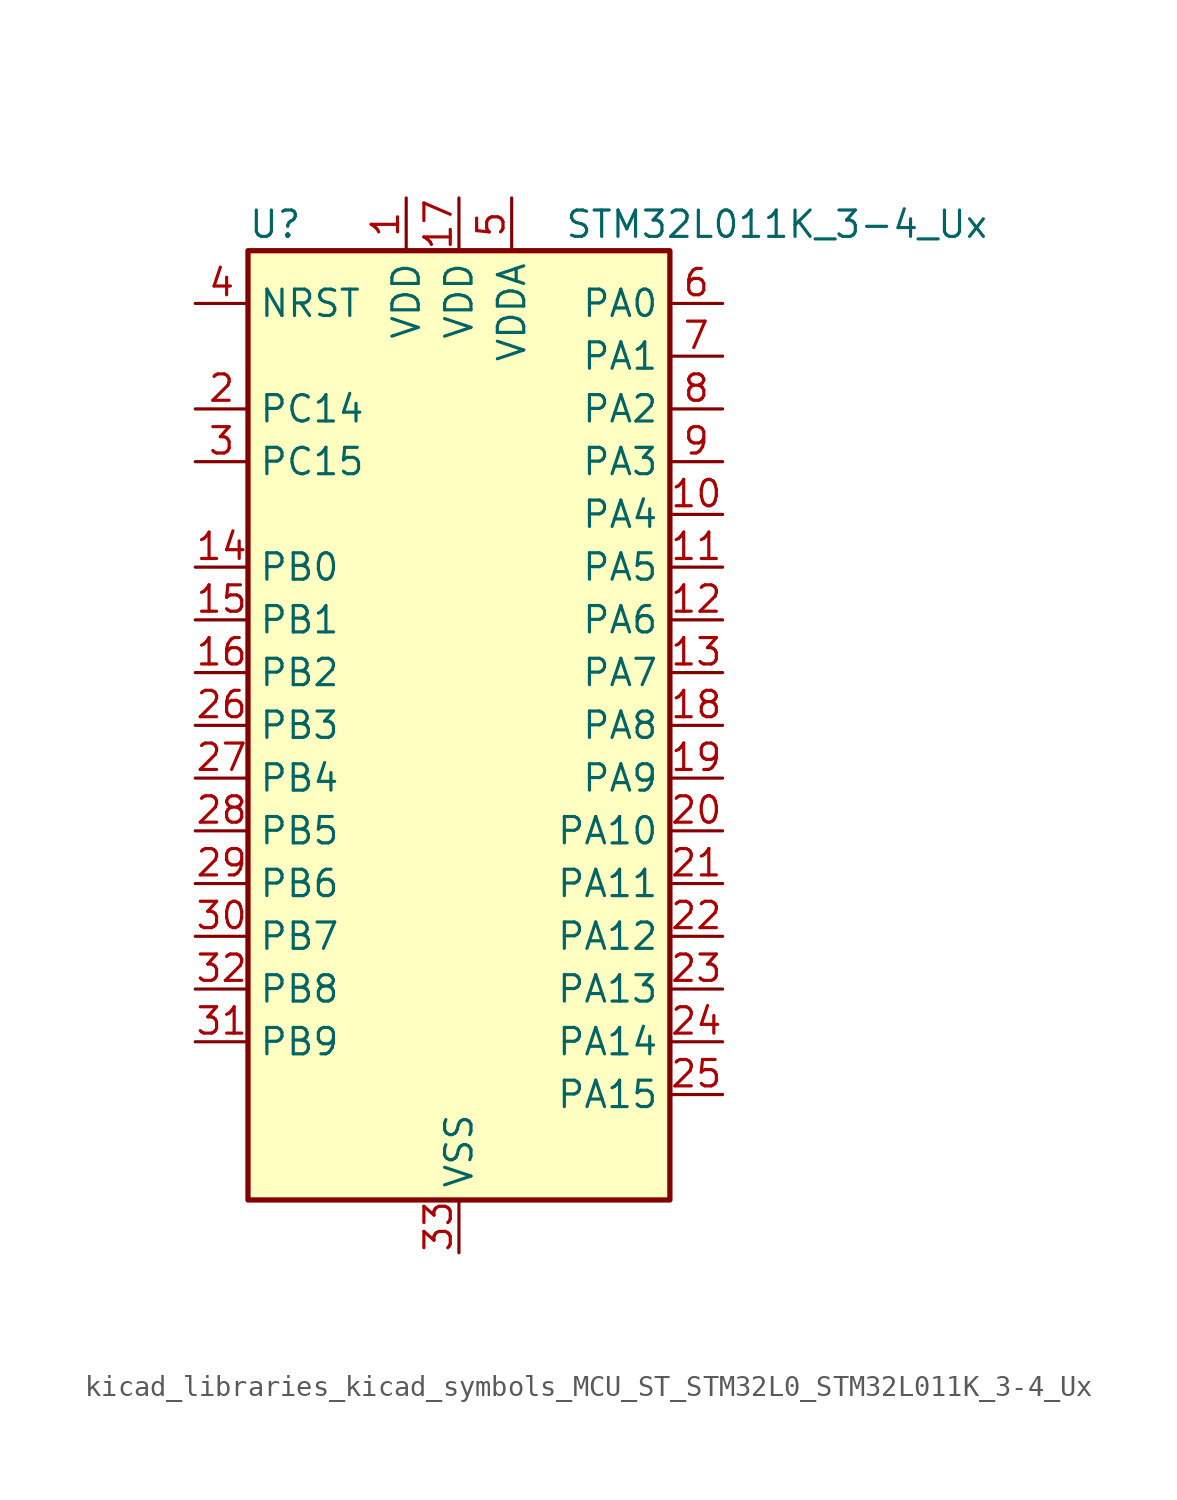
<source format=kicad_sym>
(kicad_symbol_lib
  (version 20220914)
  (generator kicad_symbol_editor)
  (symbol "kicad_libraries_kicad_symbols_MCU_ST_STM32L0_STM32L011K_3-4_Ux"
    (property "Reference" "U"
      (at -10.16 24.13 0)
      (effects (font (size 1.27 1.27)) (justify left)))
    (property "Value" "STM32L011K_3-4_Ux"
      (at 5.08 24.13 0)
      (effects (font (size 1.27 1.27)) (justify left)))
    (property "ki_locked" ""
      (at 0 0 0)
      (effects (font (size 1.27 1.27))))
    (symbol "kicad_libraries_kicad_symbols_MCU_ST_STM32L0_STM32L011K_3-4_Ux_0_1"
      (rectangle (start -10.16 -22.86) (end 10.16 22.86) (stroke (width 0.254) (type default)) (fill (type background))))
    (symbol "kicad_libraries_kicad_symbols_MCU_ST_STM32L0_STM32L011K_3-4_Ux_1_1"
      (pin power_in line (at -2.54 25.4 270) (length 2.54) (name "VDD" (effects (font (size 1.27 1.27)))) (number "1" (effects (font (size 1.27 1.27)))))
      (pin bidirectional line (at 12.7 10.16 180) (length 2.54) (name "PA4" (effects (font (size 1.27 1.27)))) (number "10" (effects (font (size 1.27 1.27)))) (alternate "ADC_IN4" bidirectional line) (alternate "COMP1_INM" bidirectional line) (alternate "COMP2_INM" bidirectional line) (alternate "COMP2_OUT" bidirectional line) (alternate "I2C1_SCL" bidirectional line) (alternate "LPTIM1_ETR" bidirectional line) (alternate "LPTIM1_IN1" bidirectional line) (alternate "LPUART1_TX" bidirectional line) (alternate "SPI1_NSS" bidirectional line) (alternate "TIM2_ETR" bidirectional line) (alternate "USART2_CK" bidirectional line))
      (pin bidirectional line (at 12.7 7.62 180) (length 2.54) (name "PA5" (effects (font (size 1.27 1.27)))) (number "11" (effects (font (size 1.27 1.27)))) (alternate "ADC_IN5" bidirectional line) (alternate "COMP1_INM" bidirectional line) (alternate "COMP2_INM" bidirectional line) (alternate "LPTIM1_IN2" bidirectional line) (alternate "SPI1_SCK" bidirectional line) (alternate "TIM2_CH1" bidirectional line) (alternate "TIM2_ETR" bidirectional line))
      (pin bidirectional line (at 12.7 5.08 180) (length 2.54) (name "PA6" (effects (font (size 1.27 1.27)))) (number "12" (effects (font (size 1.27 1.27)))) (alternate "ADC_IN6" bidirectional line) (alternate "COMP1_OUT" bidirectional line) (alternate "LPTIM1_ETR" bidirectional line) (alternate "LPUART1_CTS" bidirectional line) (alternate "SPI1_MISO" bidirectional line))
      (pin bidirectional line (at 12.7 2.54 180) (length 2.54) (name "PA7" (effects (font (size 1.27 1.27)))) (number "13" (effects (font (size 1.27 1.27)))) (alternate "ADC_IN7" bidirectional line) (alternate "COMP2_INP" bidirectional line) (alternate "COMP2_OUT" bidirectional line) (alternate "LPTIM1_OUT" bidirectional line) (alternate "SPI1_MOSI" bidirectional line) (alternate "TIM21_ETR" bidirectional line) (alternate "USART2_CTS" bidirectional line))
      (pin bidirectional line (at -12.7 7.62 0) (length 2.54) (name "PB0" (effects (font (size 1.27 1.27)))) (number "14" (effects (font (size 1.27 1.27)))) (alternate "ADC_IN8" bidirectional line) (alternate "SPI1_MISO" bidirectional line) (alternate "SYS_VREF_OUT_PB0" bidirectional line) (alternate "TIM2_CH2" bidirectional line) (alternate "TIM2_CH3" bidirectional line) (alternate "USART2_DE" bidirectional line) (alternate "USART2_RTS" bidirectional line))
      (pin bidirectional line (at -12.7 5.08 0) (length 2.54) (name "PB1" (effects (font (size 1.27 1.27)))) (number "15" (effects (font (size 1.27 1.27)))) (alternate "ADC_IN9" bidirectional line) (alternate "LPTIM1_IN1" bidirectional line) (alternate "LPUART1_DE" bidirectional line) (alternate "LPUART1_RTS" bidirectional line) (alternate "SPI1_MOSI" bidirectional line) (alternate "SYS_VREF_OUT_PB1" bidirectional line) (alternate "TIM2_CH4" bidirectional line) (alternate "USART2_CK" bidirectional line))
      (pin bidirectional line (at -12.7 2.54 0) (length 2.54) (name "PB2" (effects (font (size 1.27 1.27)))) (number "16" (effects (font (size 1.27 1.27)))) (alternate "LPTIM1_OUT" bidirectional line))
      (pin power_in line (at 0 25.4 270) (length 2.54) (name "VDD" (effects (font (size 1.27 1.27)))) (number "17" (effects (font (size 1.27 1.27)))))
      (pin bidirectional line (at 12.7 0 180) (length 2.54) (name "PA8" (effects (font (size 1.27 1.27)))) (number "18" (effects (font (size 1.27 1.27)))) (alternate "LPTIM1_IN1" bidirectional line) (alternate "RCC_MCO" bidirectional line) (alternate "TIM2_CH1" bidirectional line) (alternate "USART2_CK" bidirectional line))
      (pin bidirectional line (at 12.7 -2.54 180) (length 2.54) (name "PA9" (effects (font (size 1.27 1.27)))) (number "19" (effects (font (size 1.27 1.27)))) (alternate "COMP1_OUT" bidirectional line) (alternate "I2C1_SCL" bidirectional line) (alternate "LPTIM1_OUT" bidirectional line) (alternate "RCC_MCO" bidirectional line) (alternate "TIM21_CH2" bidirectional line) (alternate "USART2_TX" bidirectional line))
      (pin bidirectional line (at -12.7 15.24 0) (length 2.54) (name "PC14" (effects (font (size 1.27 1.27)))) (number "2" (effects (font (size 1.27 1.27)))) (alternate "RCC_OSC32_IN" bidirectional line))
      (pin bidirectional line (at 12.7 -5.08 180) (length 2.54) (name "PA10" (effects (font (size 1.27 1.27)))) (number "20" (effects (font (size 1.27 1.27)))) (alternate "COMP1_OUT" bidirectional line) (alternate "I2C1_SDA" bidirectional line) (alternate "RTC_REFIN" bidirectional line) (alternate "TIM21_CH1" bidirectional line) (alternate "TIM2_CH3" bidirectional line) (alternate "USART2_RX" bidirectional line))
      (pin bidirectional line (at 12.7 -7.62 180) (length 2.54) (name "PA11" (effects (font (size 1.27 1.27)))) (number "21" (effects (font (size 1.27 1.27)))) (alternate "ADC_EXTI11" bidirectional line) (alternate "COMP1_OUT" bidirectional line) (alternate "LPTIM1_OUT" bidirectional line) (alternate "SPI1_MISO" bidirectional line) (alternate "TIM21_CH2" bidirectional line) (alternate "USART2_CTS" bidirectional line))
      (pin bidirectional line (at 12.7 -10.16 180) (length 2.54) (name "PA12" (effects (font (size 1.27 1.27)))) (number "22" (effects (font (size 1.27 1.27)))) (alternate "COMP2_OUT" bidirectional line) (alternate "SPI1_MOSI" bidirectional line) (alternate "USART2_DE" bidirectional line) (alternate "USART2_RTS" bidirectional line))
      (pin bidirectional line (at 12.7 -12.7 180) (length 2.54) (name "PA13" (effects (font (size 1.27 1.27)))) (number "23" (effects (font (size 1.27 1.27)))) (alternate "COMP1_OUT" bidirectional line) (alternate "I2C1_SDA" bidirectional line) (alternate "LPTIM1_ETR" bidirectional line) (alternate "LPUART1_RX" bidirectional line) (alternate "SPI1_SCK" bidirectional line) (alternate "SYS_SWDIO" bidirectional line))
      (pin bidirectional line (at 12.7 -15.24 180) (length 2.54) (name "PA14" (effects (font (size 1.27 1.27)))) (number "24" (effects (font (size 1.27 1.27)))) (alternate "COMP2_OUT" bidirectional line) (alternate "I2C1_SMBA" bidirectional line) (alternate "LPTIM1_OUT" bidirectional line) (alternate "LPUART1_TX" bidirectional line) (alternate "SPI1_MISO" bidirectional line) (alternate "SYS_SWCLK" bidirectional line) (alternate "USART2_TX" bidirectional line))
      (pin bidirectional line (at 12.7 -17.78 180) (length 2.54) (name "PA15" (effects (font (size 1.27 1.27)))) (number "25" (effects (font (size 1.27 1.27)))) (alternate "SPI1_NSS" bidirectional line) (alternate "TIM2_CH1" bidirectional line) (alternate "TIM2_ETR" bidirectional line) (alternate "USART2_RX" bidirectional line))
      (pin bidirectional line (at -12.7 0 0) (length 2.54) (name "PB3" (effects (font (size 1.27 1.27)))) (number "26" (effects (font (size 1.27 1.27)))) (alternate "COMP2_INM" bidirectional line) (alternate "SPI1_SCK" bidirectional line) (alternate "TIM2_CH2" bidirectional line))
      (pin bidirectional line (at -12.7 -2.54 0) (length 2.54) (name "PB4" (effects (font (size 1.27 1.27)))) (number "27" (effects (font (size 1.27 1.27)))) (alternate "COMP2_INP" bidirectional line) (alternate "SPI1_MISO" bidirectional line))
      (pin bidirectional line (at -12.7 -5.08 0) (length 2.54) (name "PB5" (effects (font (size 1.27 1.27)))) (number "28" (effects (font (size 1.27 1.27)))) (alternate "COMP2_INP" bidirectional line) (alternate "I2C1_SMBA" bidirectional line) (alternate "LPTIM1_IN1" bidirectional line) (alternate "SPI1_MOSI" bidirectional line) (alternate "TIM21_CH1" bidirectional line))
      (pin bidirectional line (at -12.7 -7.62 0) (length 2.54) (name "PB6" (effects (font (size 1.27 1.27)))) (number "29" (effects (font (size 1.27 1.27)))) (alternate "COMP2_INP" bidirectional line) (alternate "I2C1_SCL" bidirectional line) (alternate "LPTIM1_ETR" bidirectional line) (alternate "LPUART1_TX" bidirectional line) (alternate "TIM2_CH3" bidirectional line) (alternate "USART2_TX" bidirectional line))
      (pin bidirectional line (at -12.7 12.7 0) (length 2.54) (name "PC15" (effects (font (size 1.27 1.27)))) (number "3" (effects (font (size 1.27 1.27)))) (alternate "RCC_OSC32_OUT" bidirectional line))
      (pin bidirectional line (at -12.7 -10.16 0) (length 2.54) (name "PB7" (effects (font (size 1.27 1.27)))) (number "30" (effects (font (size 1.27 1.27)))) (alternate "COMP2_INP" bidirectional line) (alternate "I2C1_SDA" bidirectional line) (alternate "LPTIM1_IN2" bidirectional line) (alternate "LPUART1_RX" bidirectional line) (alternate "SYS_PVD_IN" bidirectional line) (alternate "TIM2_CH4" bidirectional line) (alternate "USART2_RX" bidirectional line))
      (pin bidirectional line (at -12.7 -15.24 0) (length 2.54) (name "PB9" (effects (font (size 1.27 1.27)))) (number "31" (effects (font (size 1.27 1.27)))))
      (pin bidirectional line (at -12.7 -12.7 0) (length 2.54) (name "PB8" (effects (font (size 1.27 1.27)))) (number "32" (effects (font (size 1.27 1.27)))) (alternate "I2C1_SCL" bidirectional line) (alternate "SPI1_NSS" bidirectional line) (alternate "USART2_TX" bidirectional line))
      (pin power_in line (at 0 -25.4 90) (length 2.54) (name "VSS" (effects (font (size 1.27 1.27)))) (number "33" (effects (font (size 1.27 1.27)))))
      (pin input line (at -12.7 20.32 0) (length 2.54) (name "NRST" (effects (font (size 1.27 1.27)))) (number "4" (effects (font (size 1.27 1.27)))))
      (pin power_in line (at 2.54 25.4 270) (length 2.54) (name "VDDA" (effects (font (size 1.27 1.27)))) (number "5" (effects (font (size 1.27 1.27)))))
      (pin bidirectional line (at 12.7 20.32 180) (length 2.54) (name "PA0" (effects (font (size 1.27 1.27)))) (number "6" (effects (font (size 1.27 1.27)))) (alternate "ADC_IN0" bidirectional line) (alternate "COMP1_INM" bidirectional line) (alternate "COMP1_OUT" bidirectional line) (alternate "LPTIM1_IN1" bidirectional line) (alternate "LPUART1_RX" bidirectional line) (alternate "RCC_CK_IN" bidirectional line) (alternate "RTC_TAMP2" bidirectional line) (alternate "SYS_WKUP1" bidirectional line) (alternate "TIM2_CH1" bidirectional line) (alternate "TIM2_ETR" bidirectional line) (alternate "USART2_CTS" bidirectional line) (alternate "USART2_RX" bidirectional line))
      (pin bidirectional line (at 12.7 17.78 180) (length 2.54) (name "PA1" (effects (font (size 1.27 1.27)))) (number "7" (effects (font (size 1.27 1.27)))) (alternate "ADC_IN1" bidirectional line) (alternate "COMP1_INP" bidirectional line) (alternate "I2C1_SMBA" bidirectional line) (alternate "LPTIM1_IN2" bidirectional line) (alternate "LPUART1_TX" bidirectional line) (alternate "TIM21_ETR" bidirectional line) (alternate "TIM2_CH2" bidirectional line) (alternate "USART2_DE" bidirectional line) (alternate "USART2_RTS" bidirectional line))
      (pin bidirectional line (at 12.7 15.24 180) (length 2.54) (name "PA2" (effects (font (size 1.27 1.27)))) (number "8" (effects (font (size 1.27 1.27)))) (alternate "ADC_IN2" bidirectional line) (alternate "COMP2_INM" bidirectional line) (alternate "COMP2_OUT" bidirectional line) (alternate "LPUART1_TX" bidirectional line) (alternate "RTC_OUT_ALARM" bidirectional line) (alternate "RTC_OUT_CALIB" bidirectional line) (alternate "RTC_TAMP3" bidirectional line) (alternate "RTC_TS" bidirectional line) (alternate "SYS_WKUP3" bidirectional line) (alternate "TIM21_CH1" bidirectional line) (alternate "TIM2_CH3" bidirectional line) (alternate "USART2_TX" bidirectional line))
      (pin bidirectional line (at 12.7 12.7 180) (length 2.54) (name "PA3" (effects (font (size 1.27 1.27)))) (number "9" (effects (font (size 1.27 1.27)))) (alternate "ADC_IN3" bidirectional line) (alternate "COMP2_INP" bidirectional line) (alternate "LPUART1_RX" bidirectional line) (alternate "TIM21_CH2" bidirectional line) (alternate "TIM2_CH4" bidirectional line) (alternate "USART2_RX" bidirectional line)))))
</source>
